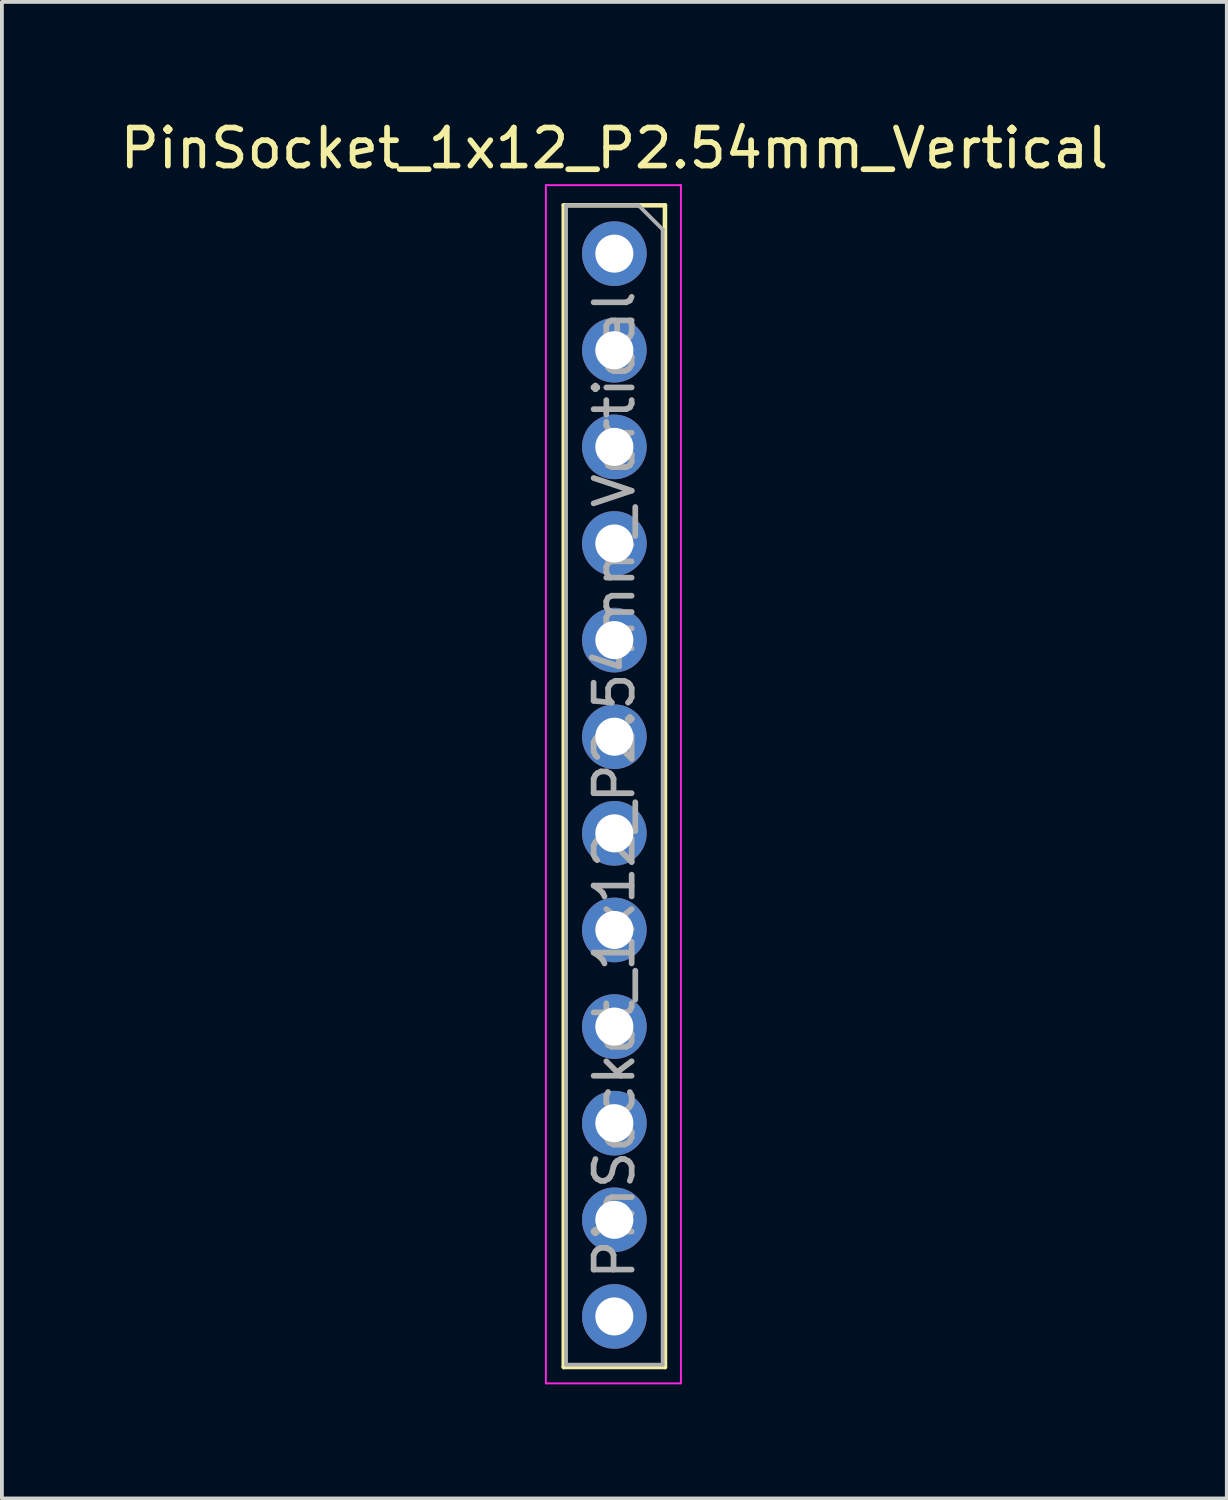
<source format=kicad_pcb>
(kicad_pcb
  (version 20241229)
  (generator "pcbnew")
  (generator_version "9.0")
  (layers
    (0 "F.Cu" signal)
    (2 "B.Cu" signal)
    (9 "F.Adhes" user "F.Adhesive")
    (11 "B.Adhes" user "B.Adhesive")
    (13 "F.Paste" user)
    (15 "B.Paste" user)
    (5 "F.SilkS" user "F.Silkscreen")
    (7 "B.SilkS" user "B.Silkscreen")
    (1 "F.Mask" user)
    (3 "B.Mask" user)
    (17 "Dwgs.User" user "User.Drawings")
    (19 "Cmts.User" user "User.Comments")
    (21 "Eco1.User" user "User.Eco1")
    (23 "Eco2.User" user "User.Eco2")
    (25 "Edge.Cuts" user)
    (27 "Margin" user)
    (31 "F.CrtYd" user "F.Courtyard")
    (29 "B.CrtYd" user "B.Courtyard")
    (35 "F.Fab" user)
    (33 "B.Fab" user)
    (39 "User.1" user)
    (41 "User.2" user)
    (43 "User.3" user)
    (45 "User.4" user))
  (footprint "PinSocket_1x12_P2.54mm_Vertical"
    (layer "F.Cu")
    (at 13.101 3.618)
    (property "Reference" "PinSocket_1x12_P2.54mm_Vertical" (at 0 -2.77 0) (layer "F.SilkS") (effects (font (size 1 1) (thickness 0.15))))
    (attr through_hole)
    (fp_line (start -1.33 -1.27) (end -1.33 29.27) (stroke (width 0.12) (type solid)) (layer "F.SilkS"))
    (fp_line (start -1.33 -1.27) (end 1.33 -1.27) (stroke (width 0.12) (type solid)) (layer "F.SilkS"))
    (fp_line (start -1.33 29.27) (end 1.33 29.27) (stroke (width 0.12) (type solid)) (layer "F.SilkS"))
    (fp_line (start 1.33 -1.27) (end 1.33 29.27) (stroke (width 0.12) (type solid)) (layer "F.SilkS"))
    (fp_line (start -1.8 -1.8) (end 1.75 -1.8) (stroke (width 0.05) (type solid)) (layer "F.CrtYd"))
    (fp_line (start -1.8 29.7) (end -1.8 -1.8) (stroke (width 0.05) (type solid)) (layer "F.CrtYd"))
    (fp_line (start 1.75 -1.8) (end 1.75 29.7) (stroke (width 0.05) (type solid)) (layer "F.CrtYd"))
    (fp_line (start 1.75 29.7) (end -1.8 29.7) (stroke (width 0.05) (type solid)) (layer "F.CrtYd"))
    (fp_line (start -1.27 -1.27) (end 0.635 -1.27) (stroke (width 0.1) (type solid)) (layer "F.Fab"))
    (fp_line (start -1.27 29.21) (end -1.27 -1.27) (stroke (width 0.1) (type solid)) (layer "F.Fab"))
    (fp_line (start 0.635 -1.27) (end 1.27 -0.635) (stroke (width 0.1) (type solid)) (layer "F.Fab"))
    (fp_line (start 1.27 -0.635) (end 1.27 29.21) (stroke (width 0.1) (type solid)) (layer "F.Fab"))
    (fp_line (start 1.27 29.21) (end -1.27 29.21) (stroke (width 0.1) (type solid)) (layer "F.Fab"))
    (fp_text user "${REFERENCE}" (at 0 13.97 90) (layer "F.Fab") (effects (font (size 1 1) (thickness 0.15))))
    (pad "1" thru_hole circle (at 0 0) (size 1.7 1.7) (drill 1) (layers "*.Cu" "*.Mask"))
    (pad "2" thru_hole oval (at 0 2.54) (size 1.7 1.7) (drill 1) (layers "*.Cu" "*.Mask"))
    (pad "3" thru_hole oval (at 0 5.08) (size 1.7 1.7) (drill 1) (layers "*.Cu" "*.Mask"))
    (pad "4" thru_hole oval (at 0 7.62) (size 1.7 1.7) (drill 1) (layers "*.Cu" "*.Mask"))
    (pad "5" thru_hole oval (at 0 10.16) (size 1.7 1.7) (drill 1) (layers "*.Cu" "*.Mask"))
    (pad "6" thru_hole oval (at 0 12.7) (size 1.7 1.7) (drill 1) (layers "*.Cu" "*.Mask"))
    (pad "7" thru_hole oval (at 0 15.24) (size 1.7 1.7) (drill 1) (layers "*.Cu" "*.Mask"))
    (pad "8" thru_hole oval (at 0 17.78) (size 1.7 1.7) (drill 1) (layers "*.Cu" "*.Mask"))
    (pad "9" thru_hole oval (at 0 20.32) (size 1.7 1.7) (drill 1) (layers "*.Cu" "*.Mask"))
    (pad "10" thru_hole oval (at 0 22.86) (size 1.7 1.7) (drill 1) (layers "*.Cu" "*.Mask"))
    (pad "11" thru_hole oval (at 0 25.4) (size 1.7 1.7) (drill 1) (layers "*.Cu" "*.Mask"))
    (pad "12" thru_hole oval (at 0 27.94) (size 1.7 1.7) (drill 1) (layers "*.Cu" "*.Mask")))
  (gr_rect
    (start -3 -3)
    (end 29.202 36.343)
    (stroke (width 0.1) (type default))
    (fill no)
    (layer "Edge.Cuts")))
</source>
